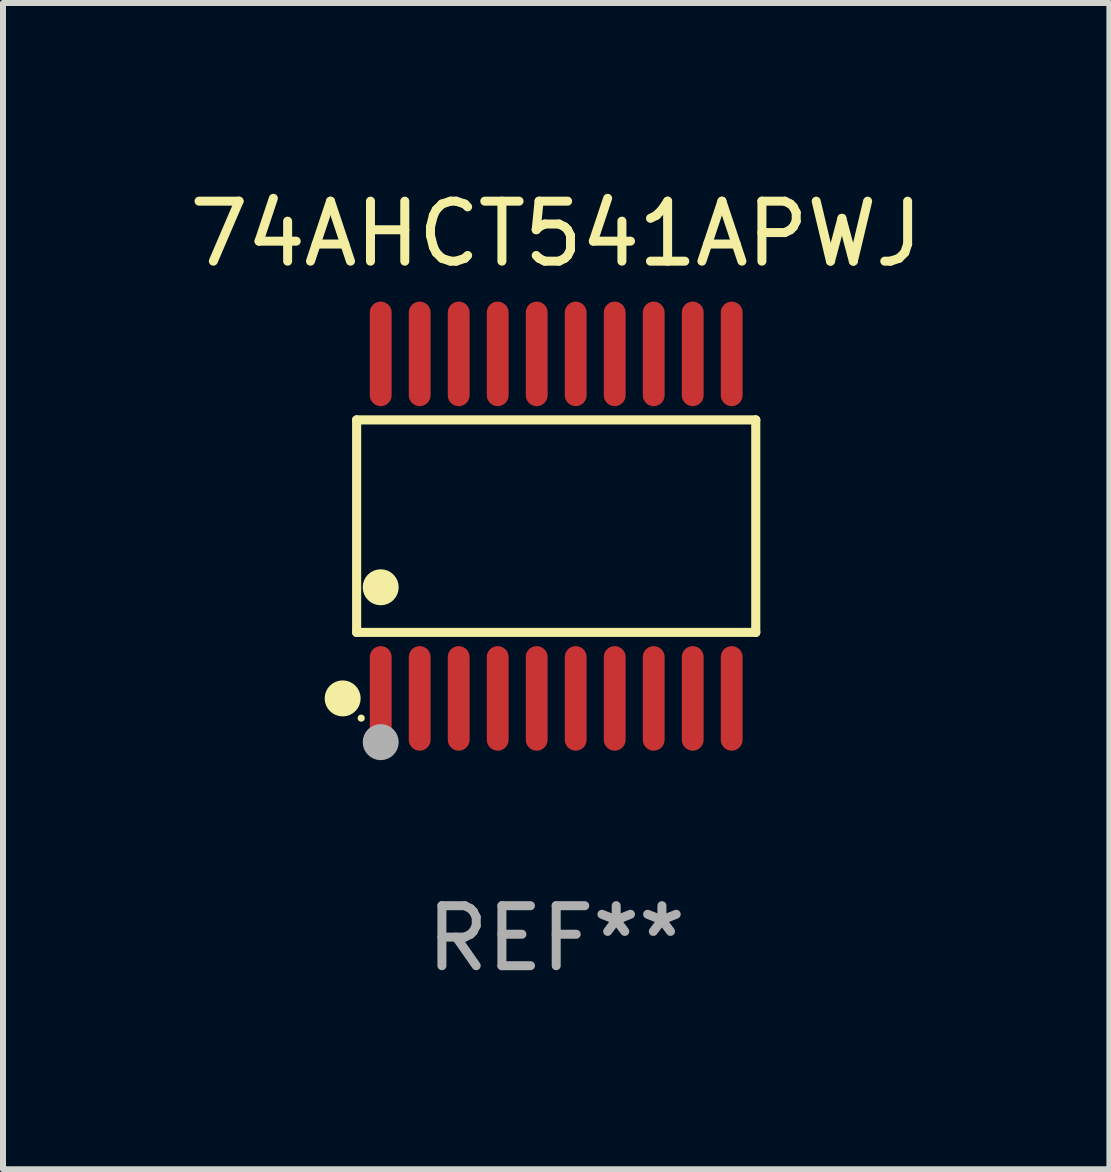
<source format=kicad_pcb>
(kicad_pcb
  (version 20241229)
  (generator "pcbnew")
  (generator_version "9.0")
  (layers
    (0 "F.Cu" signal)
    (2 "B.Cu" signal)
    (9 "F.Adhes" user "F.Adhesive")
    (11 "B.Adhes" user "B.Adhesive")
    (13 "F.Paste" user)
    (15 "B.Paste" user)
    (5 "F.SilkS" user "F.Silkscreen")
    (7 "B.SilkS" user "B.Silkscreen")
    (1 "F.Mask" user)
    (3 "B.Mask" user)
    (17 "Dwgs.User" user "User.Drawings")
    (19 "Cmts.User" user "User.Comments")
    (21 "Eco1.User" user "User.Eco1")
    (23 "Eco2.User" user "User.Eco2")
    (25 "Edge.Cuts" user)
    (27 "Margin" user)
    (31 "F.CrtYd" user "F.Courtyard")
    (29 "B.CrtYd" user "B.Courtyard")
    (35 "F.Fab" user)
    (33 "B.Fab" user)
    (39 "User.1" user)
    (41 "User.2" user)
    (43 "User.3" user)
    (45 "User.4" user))
  (footprint "74AHCT541APWJ"
    (layer "F.Cu")
    (at 6.22 5.719)
    (property "Reference" "74AHCT541APWJ" (at 0 -4.871 0) (layer "F.SilkS") (effects (font (size 1 1) (thickness 0.15))))
    (attr through_hole)
    (fp_line (start -3.326 -1.771) (end 3.326 -1.771) (stroke (width 0.152) (type solid)) (layer "F.SilkS"))
    (fp_line (start -3.326 1.771) (end -3.326 -1.771) (stroke (width 0.152) (type solid)) (layer "F.SilkS"))
    (fp_line (start 3.326 -1.771) (end 3.326 1.771) (stroke (width 0.152) (type solid)) (layer "F.SilkS"))
    (fp_line (start 3.326 1.771) (end -3.326 1.771) (stroke (width 0.152) (type solid)) (layer "F.SilkS"))
    (fp_circle (center -3.559 2.871) (end -3.409 2.871) (stroke (width 0.3) (type solid)) (fill no) (layer "F.SilkS"))
    (fp_circle (center -3.25 3.2) (end -3.22 3.2) (stroke (width 0.06) (type solid)) (fill no) (layer "F.SilkS"))
    (fp_circle (center -2.925 1.019) (end -2.775 1.019) (stroke (width 0.3) (type solid)) (fill no) (layer "F.SilkS"))
    (fp_circle (center -2.925 3.6) (end -2.775 3.6) (stroke (width 0.3) (type solid)) (fill no) (layer "F.Fab"))
    (fp_text user "REF**" (at 0 6.871 0) (layer "F.Fab") (effects (font (size 1 1) (thickness 0.15))))
    (pad "1" smd oval (at -2.925 2.871) (size 0.364 1.742) (layers "F.Cu" "F.Mask" "F.Paste"))
    (pad "2" smd oval (at -2.275 2.871) (size 0.364 1.742) (layers "F.Cu" "F.Mask" "F.Paste"))
    (pad "3" smd oval (at -1.625 2.871) (size 0.364 1.742) (layers "F.Cu" "F.Mask" "F.Paste"))
    (pad "4" smd oval (at -0.975 2.871) (size 0.364 1.742) (layers "F.Cu" "F.Mask" "F.Paste"))
    (pad "5" smd oval (at -0.325 2.871) (size 0.364 1.742) (layers "F.Cu" "F.Mask" "F.Paste"))
    (pad "6" smd oval (at 0.325 2.871) (size 0.364 1.742) (layers "F.Cu" "F.Mask" "F.Paste"))
    (pad "7" smd oval (at 0.975 2.871) (size 0.364 1.742) (layers "F.Cu" "F.Mask" "F.Paste"))
    (pad "8" smd oval (at 1.625 2.871) (size 0.364 1.742) (layers "F.Cu" "F.Mask" "F.Paste"))
    (pad "9" smd oval (at 2.275 2.871) (size 0.364 1.742) (layers "F.Cu" "F.Mask" "F.Paste"))
    (pad "10" smd oval (at 2.925 2.871) (size 0.364 1.742) (layers "F.Cu" "F.Mask" "F.Paste"))
    (pad "11" smd oval (at 2.925 -2.871) (size 0.364 1.742) (layers "F.Cu" "F.Mask" "F.Paste"))
    (pad "12" smd oval (at 2.275 -2.871) (size 0.364 1.742) (layers "F.Cu" "F.Mask" "F.Paste"))
    (pad "13" smd oval (at 1.625 -2.871) (size 0.364 1.742) (layers "F.Cu" "F.Mask" "F.Paste"))
    (pad "14" smd oval (at 0.975 -2.871) (size 0.364 1.742) (layers "F.Cu" "F.Mask" "F.Paste"))
    (pad "15" smd oval (at 0.325 -2.871) (size 0.364 1.742) (layers "F.Cu" "F.Mask" "F.Paste"))
    (pad "16" smd oval (at -0.325 -2.871) (size 0.364 1.742) (layers "F.Cu" "F.Mask" "F.Paste"))
    (pad "17" smd oval (at -0.975 -2.871) (size 0.364 1.742) (layers "F.Cu" "F.Mask" "F.Paste"))
    (pad "18" smd oval (at -1.625 -2.871) (size 0.364 1.742) (layers "F.Cu" "F.Mask" "F.Paste"))
    (pad "19" smd oval (at -2.275 -2.871) (size 0.364 1.742) (layers "F.Cu" "F.Mask" "F.Paste"))
    (pad "20" smd oval (at -2.925 -2.871) (size 0.364 1.742) (layers "F.Cu" "F.Mask" "F.Paste")))
  (gr_rect
    (start -3 -3)
    (end 15.44 16.438)
    (stroke (width 0.1) (type default))
    (fill no)
    (layer "Edge.Cuts")))
</source>
